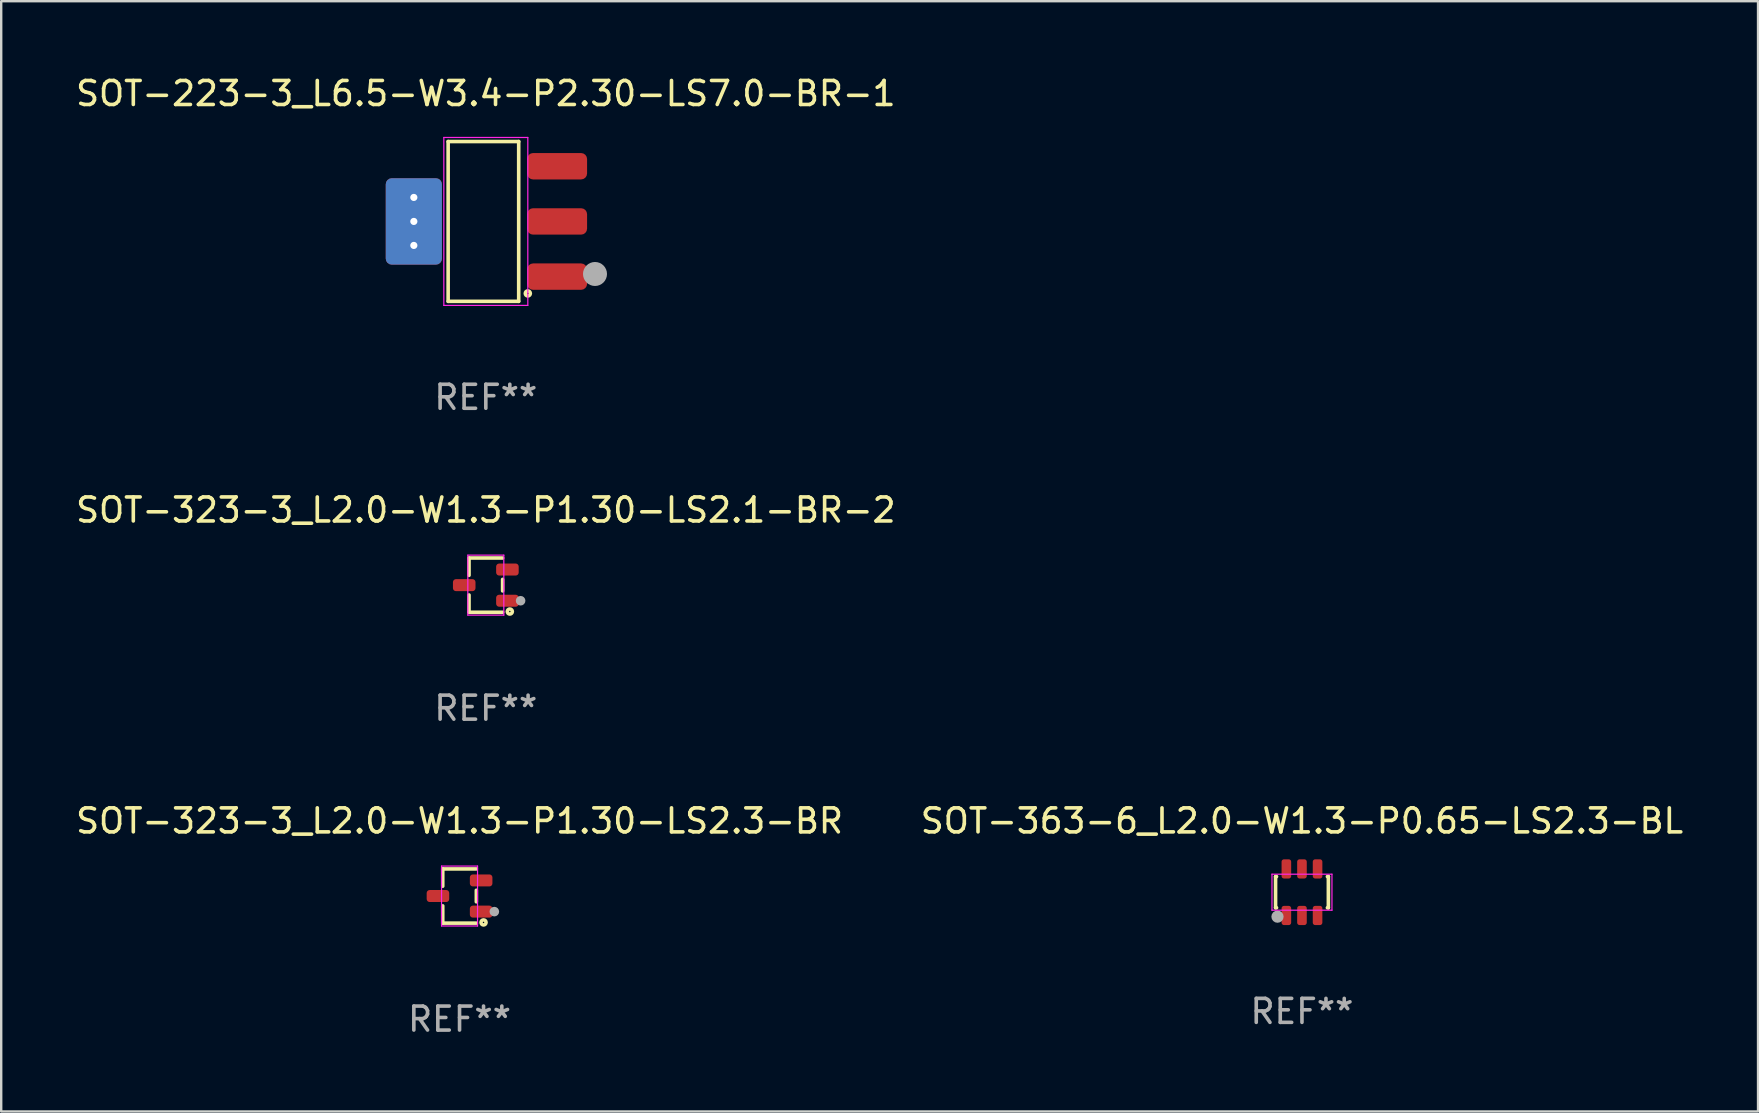
<source format=kicad_pcb>
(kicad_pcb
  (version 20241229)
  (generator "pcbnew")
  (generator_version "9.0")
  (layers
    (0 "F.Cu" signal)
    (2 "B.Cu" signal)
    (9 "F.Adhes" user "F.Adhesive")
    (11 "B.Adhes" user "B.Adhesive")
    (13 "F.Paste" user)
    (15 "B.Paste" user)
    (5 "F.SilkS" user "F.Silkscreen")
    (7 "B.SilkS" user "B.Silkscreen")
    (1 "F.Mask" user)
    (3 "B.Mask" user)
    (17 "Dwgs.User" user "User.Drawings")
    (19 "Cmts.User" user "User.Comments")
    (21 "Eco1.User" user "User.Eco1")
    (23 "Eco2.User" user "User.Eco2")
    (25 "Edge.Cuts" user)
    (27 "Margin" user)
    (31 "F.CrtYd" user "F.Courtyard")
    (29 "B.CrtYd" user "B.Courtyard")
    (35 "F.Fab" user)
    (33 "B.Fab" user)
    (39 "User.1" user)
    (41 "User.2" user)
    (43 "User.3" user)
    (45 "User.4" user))
  (footprint "SOT-363-6_L2.0-W1.3-P0.65-LS2.3-BL"
    (layer "F.Cu")
    (at 51.208 34.131)
    (property "Reference" "SOT-363-6_L2.0-W1.3-P0.65-LS2.3-BL" (at 0 -2.97 0) (layer "F.SilkS") (effects (font (size 1 1) (thickness 0.15))))
    (attr smd)
    (fp_line (start -1.1 -0.65) (end -1.1 0.65) (stroke (width 0.15) (type solid)) (layer "F.SilkS"))
    (fp_line (start -1.1 -0.65) (end -1.06 -0.65) (stroke (width 0.15) (type solid)) (layer "F.SilkS"))
    (fp_line (start -1.1 0.65) (end -1.06 0.65) (stroke (width 0.15) (type solid)) (layer "F.SilkS"))
    (fp_line (start 1.06 -0.65) (end 1.1 -0.65) (stroke (width 0.15) (type solid)) (layer "F.SilkS"))
    (fp_line (start 1.06 0.65) (end 1.1 0.65) (stroke (width 0.15) (type solid)) (layer "F.SilkS"))
    (fp_line (start 1.1 -0.65) (end 1.1 0.65) (stroke (width 0.15) (type solid)) (layer "F.SilkS"))
    (fp_circle (center -1 1) (end -0.97 1) (stroke (width 0.15) (type solid)) (fill no) (layer "F.SilkS"))
    (fp_line (start -1.25 -0.75) (end -1.25 0.75) (stroke (width 0.05) (type default)) (layer "F.CrtYd"))
    (fp_line (start -1.25 0.75) (end 1.25 0.75) (stroke (width 0.05) (type default)) (layer "F.CrtYd"))
    (fp_line (start 1.25 -0.75) (end -1.25 -0.75) (stroke (width 0.05) (type default)) (layer "F.CrtYd"))
    (fp_line (start 1.25 0.75) (end 1.25 -0.75) (stroke (width 0.05) (type default)) (layer "F.CrtYd"))
    (fp_circle (center -1.02 1.02) (end -0.89 1.02) (stroke (width 0.25) (type solid)) (fill no) (layer "F.Fab"))
    (fp_text user "REF**" (at 0 4.97 0) (layer "F.Fab") (effects (font (size 1 1) (thickness 0.15))))
    (pad "1" smd roundrect (at -0.65 0.97) (size 0.4 0.8) (layers "F.Cu" "F.Mask" "F.Paste") (roundrect_rratio 0.25))
    (pad "2" smd roundrect (at 0 0.97) (size 0.4 0.8) (layers "F.Cu" "F.Mask" "F.Paste") (roundrect_rratio 0.25))
    (pad "3" smd roundrect (at 0.65 0.97) (size 0.4 0.8) (layers "F.Cu" "F.Mask" "F.Paste") (roundrect_rratio 0.25))
    (pad "4" smd roundrect (at 0.65 -0.97) (size 0.4 0.8) (layers "F.Cu" "F.Mask" "F.Paste") (roundrect_rratio 0.25))
    (pad "5" smd roundrect (at 0 -0.97) (size 0.4 0.8) (layers "F.Cu" "F.Mask" "F.Paste") (roundrect_rratio 0.25))
    (pad "6" smd roundrect (at -0.65 -0.97) (size 0.4 0.8) (layers "F.Cu" "F.Mask" "F.Paste") (roundrect_rratio 0.25)))
  (footprint "SOT-223-3_L6.5-W3.4-P2.30-LS7.0-BR-1"
    (layer "F.Cu")
    (at 17.196 6.178)
    (property "Reference" "SOT-223-3_L6.5-W3.4-P2.30-LS7.0-BR-1" (at 0 -5.33 0) (layer "F.SilkS") (effects (font (size 1 1) (thickness 0.15))))
    (attr through_hole)
    (fp_line (start -1.57 -3.33) (end 1.37 -3.33) (stroke (width 0.15) (type solid)) (layer "F.SilkS"))
    (fp_line (start -1.57 3.33) (end -1.57 -3.33) (stroke (width 0.15) (type solid)) (layer "F.SilkS"))
    (fp_line (start 1.37 -3.33) (end 1.37 3.33) (stroke (width 0.15) (type solid)) (layer "F.SilkS"))
    (fp_line (start 1.37 3.33) (end -1.57 3.33) (stroke (width 0.15) (type solid)) (layer "F.SilkS"))
    (fp_circle (center 1.75 3) (end 1.78 3) (stroke (width 0.15) (type solid)) (fill no) (layer "F.SilkS"))
    (fp_line (start -1.75 -3.5) (end -1.75 3.5) (stroke (width 0.05) (type default)) (layer "F.CrtYd"))
    (fp_line (start -1.75 3.5) (end 1.75 3.5) (stroke (width 0.05) (type default)) (layer "F.CrtYd"))
    (fp_line (start 1.75 -3.5) (end -1.75 -3.5) (stroke (width 0.05) (type default)) (layer "F.CrtYd"))
    (fp_line (start 1.75 3.5) (end 1.75 -3.5) (stroke (width 0.05) (type default)) (layer "F.CrtYd"))
    (fp_circle (center 4.55 2.19) (end 4.8 2.19) (stroke (width 0.5) (type solid)) (fill no) (layer "F.Fab"))
    (fp_text user "REF**" (at 0 7.33 0) (layer "F.Fab") (effects (font (size 1 1) (thickness 0.15))))
    (pad "1" smd roundrect (at 2.97 2.3) (size 2.5 1.1) (layers "F.Cu" "F.Mask" "F.Paste") (roundrect_rratio 0.227))
    (pad "2" thru_hole circle (at -3 -1) (size 0.5 0.5) (drill 0.3) (layers "*.Cu" "F.Mask"))
    (pad "2" thru_hole circle (at -3 0) (size 0.5 0.5) (drill 0.3) (layers "*.Cu" "F.Mask"))
    (pad "2" smd roundrect (at -3 0) (size 2.34 3.6) (layers "F.Cu" "F.Mask" "F.Paste") (roundrect_rratio 0.107))
    (pad "2" smd roundrect (at -3 0) (size 2.34 3.6) (layers "B.Cu") (roundrect_rratio 0.107))
    (pad "2" thru_hole circle (at -3 1) (size 0.5 0.5) (drill 0.3) (layers "*.Cu" "F.Mask"))
    (pad "2" smd roundrect (at 2.97 0) (size 2.5 1.1) (layers "F.Cu" "F.Mask" "F.Paste") (roundrect_rratio 0.227))
    (pad "3" smd roundrect (at 2.97 -2.3) (size 2.5 1.1) (layers "F.Cu" "F.Mask" "F.Paste") (roundrect_rratio 0.227)))
  (footprint "SOT-323-3_L2.0-W1.3-P1.30-LS2.3-BR"
    (layer "F.Cu")
    (at 16.101 34.291)
    (property "Reference" "SOT-323-3_L2.0-W1.3-P1.30-LS2.3-BR" (at 0 -3.13 0) (layer "F.SilkS") (effects (font (size 1 1) (thickness 0.15))))
    (attr smd)
    (fp_line (start -0.7 -1.13) (end -0.7 -0.41) (stroke (width 0.15) (type solid)) (layer "F.SilkS"))
    (fp_line (start -0.7 1.13) (end -0.7 0.41) (stroke (width 0.15) (type solid)) (layer "F.SilkS"))
    (fp_line (start 0.7 -1.13) (end -0.7 -1.13) (stroke (width 0.15) (type solid)) (layer "F.SilkS"))
    (fp_line (start 0.7 -0.24) (end 0.7 0.24) (stroke (width 0.15) (type solid)) (layer "F.SilkS"))
    (fp_line (start 0.7 1.13) (end -0.7 1.13) (stroke (width 0.15) (type solid)) (layer "F.SilkS"))
    (fp_circle (center 1 1.1) (end 1.03 1.1) (stroke (width 0.15) (type solid)) (fill no) (layer "F.SilkS"))
    (fp_line (start -0.75 -1.25) (end 0.75 -1.25) (stroke (width 0.05) (type default)) (layer "F.CrtYd"))
    (fp_line (start -0.75 1.25) (end -0.75 -1.25) (stroke (width 0.05) (type default)) (layer "F.CrtYd"))
    (fp_line (start 0.75 -1.25) (end 0.75 1.25) (stroke (width 0.05) (type default)) (layer "F.CrtYd"))
    (fp_line (start 0.75 1.25) (end -0.75 1.25) (stroke (width 0.05) (type default)) (layer "F.CrtYd"))
    (fp_circle (center 1.45 0.65) (end 1.55 0.65) (stroke (width 0.2) (type solid)) (fill no) (layer "F.Fab"))
    (fp_text user "REF**" (at 0 5.13 0) (layer "F.Fab") (effects (font (size 1 1) (thickness 0.15))))
    (pad "1" smd roundrect (at 0.9 0.65) (size 0.94 0.5) (layers "F.Cu" "F.Mask" "F.Paste") (roundrect_rratio 0.25))
    (pad "2" smd roundrect (at 0.9 -0.65) (size 0.94 0.5) (layers "F.Cu" "F.Mask" "F.Paste") (roundrect_rratio 0.25))
    (pad "3" smd roundrect (at -0.9 0) (size 0.94 0.5) (layers "F.Cu" "F.Mask" "F.Paste") (roundrect_rratio 0.25)))
  (footprint "SOT-323-3_L2.0-W1.3-P1.30-LS2.1-BR-2"
    (layer "F.Cu")
    (at 17.196 21.335)
    (property "Reference" "SOT-323-3_L2.0-W1.3-P1.30-LS2.1-BR-2" (at 0 -3.13 0) (layer "F.SilkS") (effects (font (size 1 1) (thickness 0.15))))
    (attr smd)
    (fp_line (start -0.7 -1.13) (end -0.7 -0.41) (stroke (width 0.15) (type solid)) (layer "F.SilkS"))
    (fp_line (start -0.7 1.13) (end -0.7 0.41) (stroke (width 0.15) (type solid)) (layer "F.SilkS"))
    (fp_line (start 0.7 -1.13) (end -0.7 -1.13) (stroke (width 0.15) (type solid)) (layer "F.SilkS"))
    (fp_line (start 0.7 -0.24) (end 0.7 0.24) (stroke (width 0.15) (type solid)) (layer "F.SilkS"))
    (fp_line (start 0.7 1.13) (end -0.7 1.13) (stroke (width 0.15) (type solid)) (layer "F.SilkS"))
    (fp_circle (center 1 1.1) (end 1.03 1.1) (stroke (width 0.15) (type solid)) (fill no) (layer "F.SilkS"))
    (fp_line (start -0.75 -1.25) (end -0.75 1.25) (stroke (width 0.05) (type default)) (layer "F.CrtYd"))
    (fp_line (start -0.75 1.25) (end 0.75 1.25) (stroke (width 0.05) (type default)) (layer "F.CrtYd"))
    (fp_line (start 0.75 -1.25) (end -0.75 -1.25) (stroke (width 0.05) (type default)) (layer "F.CrtYd"))
    (fp_line (start 0.75 1.25) (end 0.75 -1.25) (stroke (width 0.05) (type default)) (layer "F.CrtYd"))
    (fp_circle (center 1.45 0.65) (end 1.55 0.65) (stroke (width 0.2) (type solid)) (fill no) (layer "F.Fab"))
    (fp_text user "REF**" (at 0 5.13 0) (layer "F.Fab") (effects (font (size 1 1) (thickness 0.15))))
    (pad "1" smd roundrect (at 0.9 0.65) (size 0.94 0.5) (layers "F.Cu" "F.Mask" "F.Paste") (roundrect_rratio 0.25))
    (pad "2" smd roundrect (at 0.9 -0.65) (size 0.94 0.5) (layers "F.Cu" "F.Mask" "F.Paste") (roundrect_rratio 0.25))
    (pad "3" smd roundrect (at -0.9 0) (size 0.94 0.5) (layers "F.Cu" "F.Mask" "F.Paste") (roundrect_rratio 0.25)))
  (gr_rect
    (start -3 -3)
    (end 70.214 43.27)
    (stroke (width 0.1) (type default))
    (fill no)
    (layer "Edge.Cuts")))
</source>
